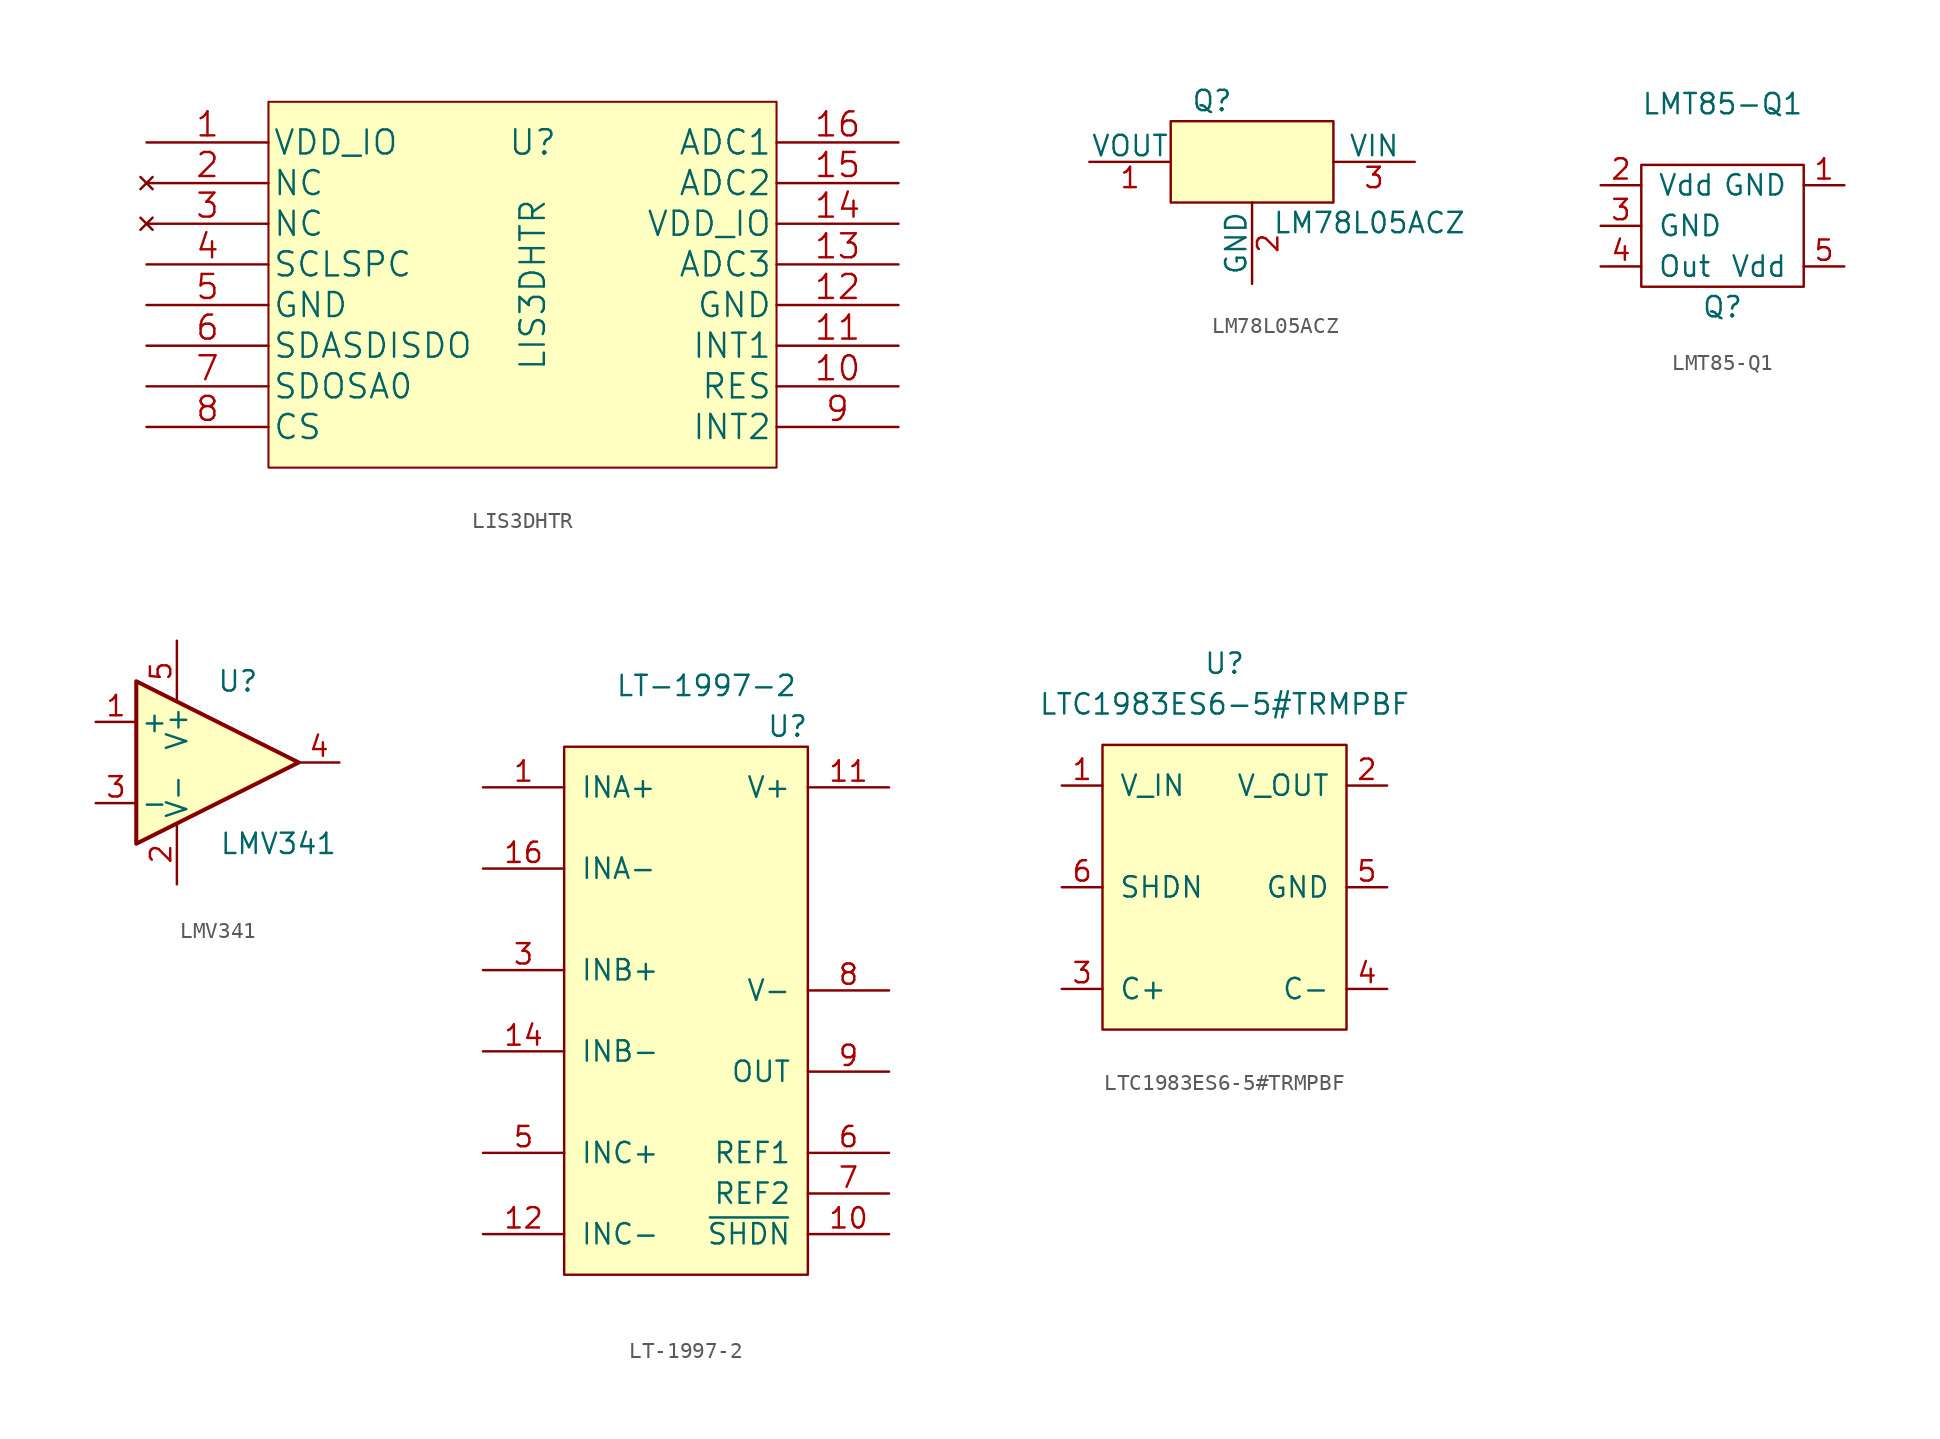
<source format=kicad_sym>
(kicad_symbol_lib
  (version 20211014)
  (generator kicad_symbol_editor)
  (symbol "LIS3DHTR"
    (pin_names
      (offset 0.254))
    (property "Reference" "U"
      (at 0 0 0)
      (effects (font (size 1.524 1.524))))
    (property "Value" "LIS3DHTR"
      (at 0 -8.89 90)
      (effects (font (size 1.524 1.524))))
    (symbol "LIS3DHTR_1_0"
      (polyline (pts (xy 15.24 -20.32) (xy 15.24 2.54) (xy -16.51 2.54) (xy -16.51 -20.32) (xy 15.24 -20.32)) (stroke (width 0.127) (type default) (color 0 0 0 0)) (fill (type background)))
      (pin power_in line (at -24.13 0 0) (length 7.62) (name "VDD_IO" (effects (font (size 1.499 1.499)))) (number "1" (effects (font (size 1.499 1.499)))))
      (pin unspecified line (at 22.86 -15.24 180) (length 7.62) (name "RES" (effects (font (size 1.499 1.499)))) (number "10" (effects (font (size 1.499 1.499)))))
      (pin unspecified line (at 22.86 -12.7 180) (length 7.62) (name "INT1" (effects (font (size 1.499 1.499)))) (number "11" (effects (font (size 1.499 1.499)))))
      (pin power_in line (at 22.86 -10.16 180) (length 7.62) (name "GND" (effects (font (size 1.499 1.499)))) (number "12" (effects (font (size 1.499 1.499)))))
      (pin input line (at 22.86 -7.62 180) (length 7.62) (name "ADC3" (effects (font (size 1.499 1.499)))) (number "13" (effects (font (size 1.499 1.499)))))
      (pin power_in line (at 22.86 -5.08 180) (length 7.62) (name "VDD_IO" (effects (font (size 1.499 1.499)))) (number "14" (effects (font (size 1.499 1.499)))))
      (pin input line (at 22.86 -2.54 180) (length 7.62) (name "ADC2" (effects (font (size 1.499 1.499)))) (number "15" (effects (font (size 1.499 1.499)))))
      (pin input line (at 22.86 0 180) (length 7.62) (name "ADC1" (effects (font (size 1.499 1.499)))) (number "16" (effects (font (size 1.499 1.499)))))
      (pin no_connect line (at -24.13 -2.54 0) (length 7.62) (name "NC" (effects (font (size 1.499 1.499)))) (number "2" (effects (font (size 1.499 1.499)))))
      (pin no_connect line (at -24.13 -5.08 0) (length 7.62) (name "NC" (effects (font (size 1.499 1.499)))) (number "3" (effects (font (size 1.499 1.499)))))
      (pin unspecified line (at -24.13 -7.62 0) (length 7.62) (name "SCLSPC" (effects (font (size 1.499 1.499)))) (number "4" (effects (font (size 1.499 1.499)))))
      (pin power_in line (at -24.13 -10.16 0) (length 7.62) (name "GND" (effects (font (size 1.499 1.499)))) (number "5" (effects (font (size 1.499 1.499)))))
      (pin unspecified line (at -24.13 -12.7 0) (length 7.62) (name "SDASDISDO" (effects (font (size 1.499 1.499)))) (number "6" (effects (font (size 1.499 1.499)))))
      (pin unspecified line (at -24.13 -15.24 0) (length 7.62) (name "SDOSA0" (effects (font (size 1.499 1.499)))) (number "7" (effects (font (size 1.499 1.499)))))
      (pin unspecified line (at -24.13 -17.78 0) (length 7.62) (name "CS" (effects (font (size 1.499 1.499)))) (number "8" (effects (font (size 1.499 1.499)))))
      (pin unspecified line (at 22.86 -17.78 180) (length 7.62) (name "INT2" (effects (font (size 1.499 1.499)))) (number "9" (effects (font (size 1.499 1.499)))))))
  (symbol "LM78L05ACZ"
    (pin_names
      (offset 0))
    (property "Reference" "Q"
      (at -3.81 3.81 0)
      (effects (font (size 1.27 1.27)) (justify left)))
    (property "Value" "LM78L05ACZ"
      (at 1.27 -3.81 0)
      (effects (font (size 1.27 1.27)) (justify left)))
    (symbol "LM78L05ACZ_0_1"
      (rectangle (start 5.08 -2.54) (end -5.08 2.54) (stroke (width 0) (type default) (color 0 0 0 0)) (fill (type background))))
    (symbol "LM78L05ACZ_1_1"
      (pin output line (at -10.16 0 0) (length 5.08) (name "VOUT" (effects (font (size 1.27 1.27)))) (number "1" (effects (font (size 1.27 1.27)))))
      (pin input line (at 0 -7.62 90) (length 5.08) (name "GND" (effects (font (size 1.27 1.27)))) (number "2" (effects (font (size 1.27 1.27)))))
      (pin input line (at 10.16 0 180) (length 5.08) (name "VIN" (effects (font (size 1.27 1.27)))) (number "3" (effects (font (size 1.27 1.27)))))))
  (symbol "LMT85-Q1"
    (pin_names
      (offset 1.016))
    (property "Reference" "Q"
      (at 0 -5.08 0)
      (effects (font (size 1.27 1.27))))
    (property "Value" "LMT85-Q1"
      (at 0 7.62 0)
      (effects (font (size 1.27 1.27))))
    (symbol "LMT85-Q1_0_1"
      (rectangle (start -5.08 3.81) (end 5.08 -3.81) (stroke (width 0) (type default) (color 0 0 0 0)) (fill (type none))))
    (symbol "LMT85-Q1_1_1"
      (pin input line (at 7.62 2.54 180) (length 2.54) (name "GND" (effects (font (size 1.27 1.27)))) (number "1" (effects (font (size 1.27 1.27)))))
      (pin input line (at -7.62 2.54 0) (length 2.54) (name "Vdd" (effects (font (size 1.27 1.27)))) (number "2" (effects (font (size 1.27 1.27)))))
      (pin input line (at -7.62 0 0) (length 2.54) (name "GND" (effects (font (size 1.27 1.27)))) (number "3" (effects (font (size 1.27 1.27)))))
      (pin output line (at -7.62 -2.54 0) (length 2.54) (name "Out" (effects (font (size 1.27 1.27)))) (number "4" (effects (font (size 1.27 1.27)))))
      (pin input line (at 7.62 -2.54 180) (length 2.54) (name "Vdd" (effects (font (size 1.27 1.27)))) (number "5" (effects (font (size 1.27 1.27)))))))
  (symbol "LMV341"
    (pin_names
      (offset 0.254))
    (property "Reference" "U"
      (at 1.27 5.08 0)
      (effects (font (size 1.27 1.27))))
    (property "Value" "LMV341"
      (at 3.81 -5.08 0)
      (effects (font (size 1.27 1.27))))
    (symbol "LMV341_0_1"
      (polyline (pts (xy -5.08 5.08) (xy 5.08 0) (xy -5.08 -5.08) (xy -5.08 5.08)) (stroke (width 0.254) (type default) (color 0 0 0 0)) (fill (type background))))
    (symbol "LMV341_1_1"
      (pin input line (at -7.62 2.54 0) (length 2.54) (name "+" (effects (font (size 1.27 1.27)))) (number "1" (effects (font (size 1.27 1.27)))))
      (pin input line (at -2.54 -7.62 90) (length 3.81) (name "V-" (effects (font (size 1.27 1.27)))) (number "2" (effects (font (size 1.27 1.27)))))
      (pin input line (at -7.62 -2.54 0) (length 2.54) (name "-" (effects (font (size 1.27 1.27)))) (number "3" (effects (font (size 1.27 1.27)))))
      (pin output line (at 7.62 0 180) (length 2.54) (name "~" (effects (font (size 1.27 1.27)))) (number "4" (effects (font (size 1.27 1.27)))))
      (pin input line (at -2.54 7.62 270) (length 3.81) (name "V+" (effects (font (size 1.27 1.27)))) (number "5" (effects (font (size 1.27 1.27)))))))
  (symbol "LT-1997-2"
    (pin_names
      (offset 1.016))
    (property "Reference" "U"
      (at 6.35 34.29 0)
      (effects (font (size 1.27 1.27))))
    (property "Value" "LT-1997-2"
      (at 1.27 36.83 0)
      (effects (font (size 1.27 1.27))))
    (symbol "LT-1997-2_0_0"
      (pin input line (at -12.7 30.48 0) (length 5.08) (name "INA+" (effects (font (size 1.27 1.27)))) (number "1" (effects (font (size 1.27 1.27)))))
      (pin output line (at 12.7 2.54 180) (length 5.08) (name "~{SHDN}" (effects (font (size 1.27 1.27)))) (number "10" (effects (font (size 1.27 1.27)))))
      (pin power_in line (at 12.7 30.48 180) (length 5.08) (name "V+" (effects (font (size 1.27 1.27)))) (number "11" (effects (font (size 1.27 1.27)))))
      (pin input line (at -12.7 2.54 0) (length 5.08) (name "INC-" (effects (font (size 1.27 1.27)))) (number "12" (effects (font (size 1.27 1.27)))))
      (pin input line (at -12.7 13.97 0) (length 5.08) (name "INB-" (effects (font (size 1.27 1.27)))) (number "14" (effects (font (size 1.27 1.27)))))
      (pin input line (at -12.7 25.4 0) (length 5.08) (name "INA-" (effects (font (size 1.27 1.27)))) (number "16" (effects (font (size 1.27 1.27)))))
      (pin input line (at -12.7 19.05 0) (length 5.08) (name "INB+" (effects (font (size 1.27 1.27)))) (number "3" (effects (font (size 1.27 1.27)))))
      (pin input line (at -12.7 7.62 0) (length 5.08) (name "INC+" (effects (font (size 1.27 1.27)))) (number "5" (effects (font (size 1.27 1.27)))))
      (pin input line (at 12.7 7.62 180) (length 5.08) (name "REF1" (effects (font (size 1.27 1.27)))) (number "6" (effects (font (size 1.27 1.27)))))
      (pin input line (at 12.7 5.08 180) (length 5.08) (name "REF2" (effects (font (size 1.27 1.27)))) (number "7" (effects (font (size 1.27 1.27)))))
      (pin power_in line (at 12.7 17.78 180) (length 5.08) (name "V-" (effects (font (size 1.27 1.27)))) (number "8" (effects (font (size 1.27 1.27)))))
      (pin output line (at 12.7 12.7 180) (length 5.08) (name "OUT" (effects (font (size 1.27 1.27)))) (number "9" (effects (font (size 1.27 1.27))))))
    (symbol "LT-1997-2_0_1"
      (rectangle (start -7.62 33.02) (end 7.62 0) (stroke (width 0) (type default) (color 0 0 0 0)) (fill (type background)))))
  (symbol "LTC1983ES6-5#TRMPBF"
    (pin_names
      (offset 1.016))
    (property "Reference" "U"
      (at 0 12.7 0)
      (effects (font (size 1.27 1.27))))
    (property "Value" "LTC1983ES6-5#TRMPBF"
      (at 0 10.16 0)
      (effects (font (size 1.27 1.27))))
    (symbol "LTC1983ES6-5#TRMPBF_0_1"
      (rectangle (start 7.62 7.62) (end -7.62 -10.16) (stroke (width 0) (type default) (color 0 0 0 0)) (fill (type background))))
    (symbol "LTC1983ES6-5#TRMPBF_1_1"
      (pin input line (at -10.16 5.08 0) (length 2.54) (name "V_IN" (effects (font (size 1.27 1.27)))) (number "1" (effects (font (size 1.27 1.27)))))
      (pin input line (at 10.16 5.08 180) (length 2.54) (name "V_OUT" (effects (font (size 1.27 1.27)))) (number "2" (effects (font (size 1.27 1.27)))))
      (pin input line (at -10.16 -7.62 0) (length 2.54) (name "C+" (effects (font (size 1.27 1.27)))) (number "3" (effects (font (size 1.27 1.27)))))
      (pin input line (at 10.16 -7.62 180) (length 2.54) (name "C-" (effects (font (size 1.27 1.27)))) (number "4" (effects (font (size 1.27 1.27)))))
      (pin input line (at 10.16 -1.27 180) (length 2.54) (name "GND" (effects (font (size 1.27 1.27)))) (number "5" (effects (font (size 1.27 1.27)))))
      (pin input line (at -10.16 -1.27 0) (length 2.54) (name "SHDN" (effects (font (size 1.27 1.27)))) (number "6" (effects (font (size 1.27 1.27))))))))
</source>
